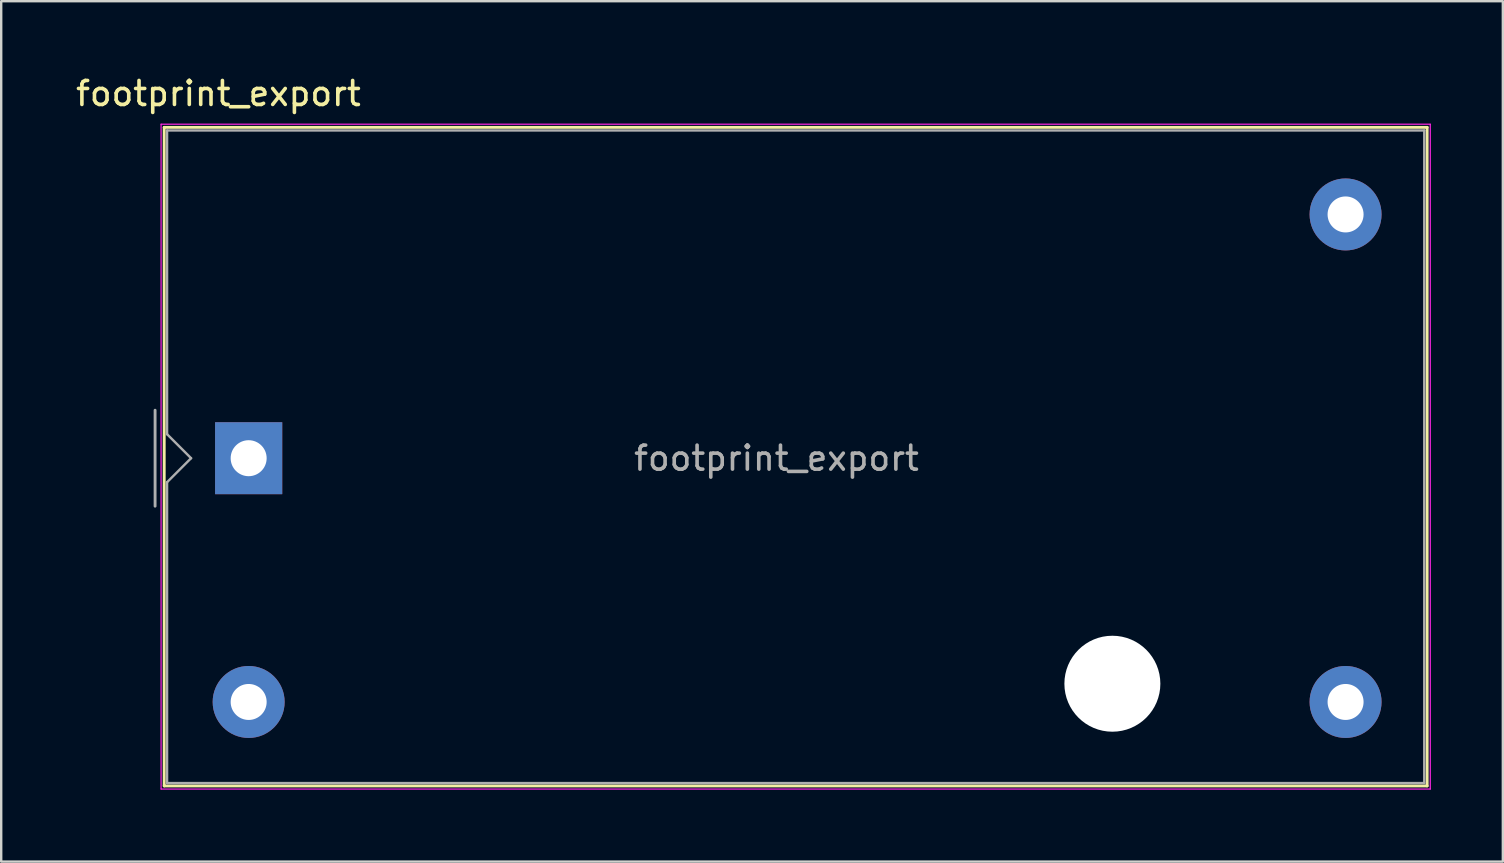
<source format=kicad_pcb>
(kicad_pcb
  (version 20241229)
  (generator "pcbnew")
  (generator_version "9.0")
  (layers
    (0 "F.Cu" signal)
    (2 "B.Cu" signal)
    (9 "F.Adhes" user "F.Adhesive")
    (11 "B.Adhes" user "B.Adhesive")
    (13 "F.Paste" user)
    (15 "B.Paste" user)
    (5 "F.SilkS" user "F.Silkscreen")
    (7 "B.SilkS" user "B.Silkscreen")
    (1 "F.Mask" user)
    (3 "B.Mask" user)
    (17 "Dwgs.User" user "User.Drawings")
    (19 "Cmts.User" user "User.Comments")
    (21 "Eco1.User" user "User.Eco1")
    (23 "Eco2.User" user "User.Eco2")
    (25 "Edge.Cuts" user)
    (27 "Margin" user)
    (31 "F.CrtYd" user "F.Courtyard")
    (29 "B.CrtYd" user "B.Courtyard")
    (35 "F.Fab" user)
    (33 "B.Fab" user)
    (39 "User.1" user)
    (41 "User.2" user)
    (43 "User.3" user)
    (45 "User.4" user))
  (footprint "footprint_export"
    (layer "F.Cu")
    (at 7.314 16.048)
    (property "Reference" "footprint_export" (at -1.26 -15.2 0) (layer "F.SilkS") (effects (font (size 1 1) (thickness 0.15))))
    (attr through_hole)
    (fp_line (start -3.52 -13.79) (end 49.12 -13.79) (stroke (width 0.12) (type solid)) (layer "F.SilkS"))
    (fp_line (start -3.52 13.66) (end -3.52 -13.79) (stroke (width 0.12) (type solid)) (layer "F.SilkS"))
    (fp_line (start 49.12 -13.79) (end 49.12 13.66) (stroke (width 0.12) (type solid)) (layer "F.SilkS"))
    (fp_line (start 49.12 13.66) (end -3.52 13.66) (stroke (width 0.12) (type solid)) (layer "F.SilkS"))
    (fp_line (start -3.65 -13.92) (end -3.65 13.79) (stroke (width 0.05) (type solid)) (layer "F.CrtYd"))
    (fp_line (start -3.65 -13.92) (end 49.25 -13.92) (stroke (width 0.05) (type solid)) (layer "F.CrtYd"))
    (fp_line (start -3.65 13.79) (end 49.25 13.79) (stroke (width 0.05) (type solid)) (layer "F.CrtYd"))
    (fp_line (start 49.25 -13.92) (end 49.25 13.79) (stroke (width 0.05) (type solid)) (layer "F.CrtYd"))
    (fp_line (start -3.9 -2) (end -3.9 2) (stroke (width 0.12) (type solid)) (layer "F.Fab"))
    (fp_line (start -3.4 -13.66) (end 49 -13.66) (stroke (width 0.1) (type solid)) (layer "F.Fab"))
    (fp_line (start -3.4 -1) (end -3.4 -13.66) (stroke (width 0.1) (type solid)) (layer "F.Fab"))
    (fp_line (start -3.4 13.54) (end -3.4 1) (stroke (width 0.1) (type solid)) (layer "F.Fab"))
    (fp_line (start -2.4 0) (end -3.4 -1) (stroke (width 0.1) (type solid)) (layer "F.Fab"))
    (fp_line (start -2.4 0) (end -3.4 1) (stroke (width 0.1) (type solid)) (layer "F.Fab"))
    (fp_line (start 49 -13.66) (end 49 13.54) (stroke (width 0.1) (type solid)) (layer "F.Fab"))
    (fp_line (start 49 13.54) (end -3.4 13.54) (stroke (width 0.1) (type solid)) (layer "F.Fab"))
    (fp_text user "${REFERENCE}" (at 22 0 0) (layer "F.Fab") (effects (font (size 1 1) (thickness 0.15))))
    (pad "" np_thru_hole circle (at 36 9.4) (size 4 4) (drill 4) (layers "*.Cu" "*.Mask"))
    (pad "1" thru_hole rect (at 0 0) (size 2.8 3) (drill 1.5) (layers "*.Cu" "*.Mask"))
    (pad "2" thru_hole circle (at 0 10.16) (size 3 3) (drill 1.5) (layers "*.Cu" "*.Mask"))
    (pad "3" thru_hole circle (at 45.72 10.16) (size 3 3) (drill 1.5) (layers "*.Cu" "*.Mask"))
    (pad "4" thru_hole circle (at 45.72 -10.16) (size 3 3) (drill 1.5) (layers "*.Cu" "*.Mask")))
  (gr_rect
    (start -3 -3)
    (end 59.589 32.863)
    (stroke (width 0.1) (type default))
    (fill no)
    (layer "Edge.Cuts")))
</source>
